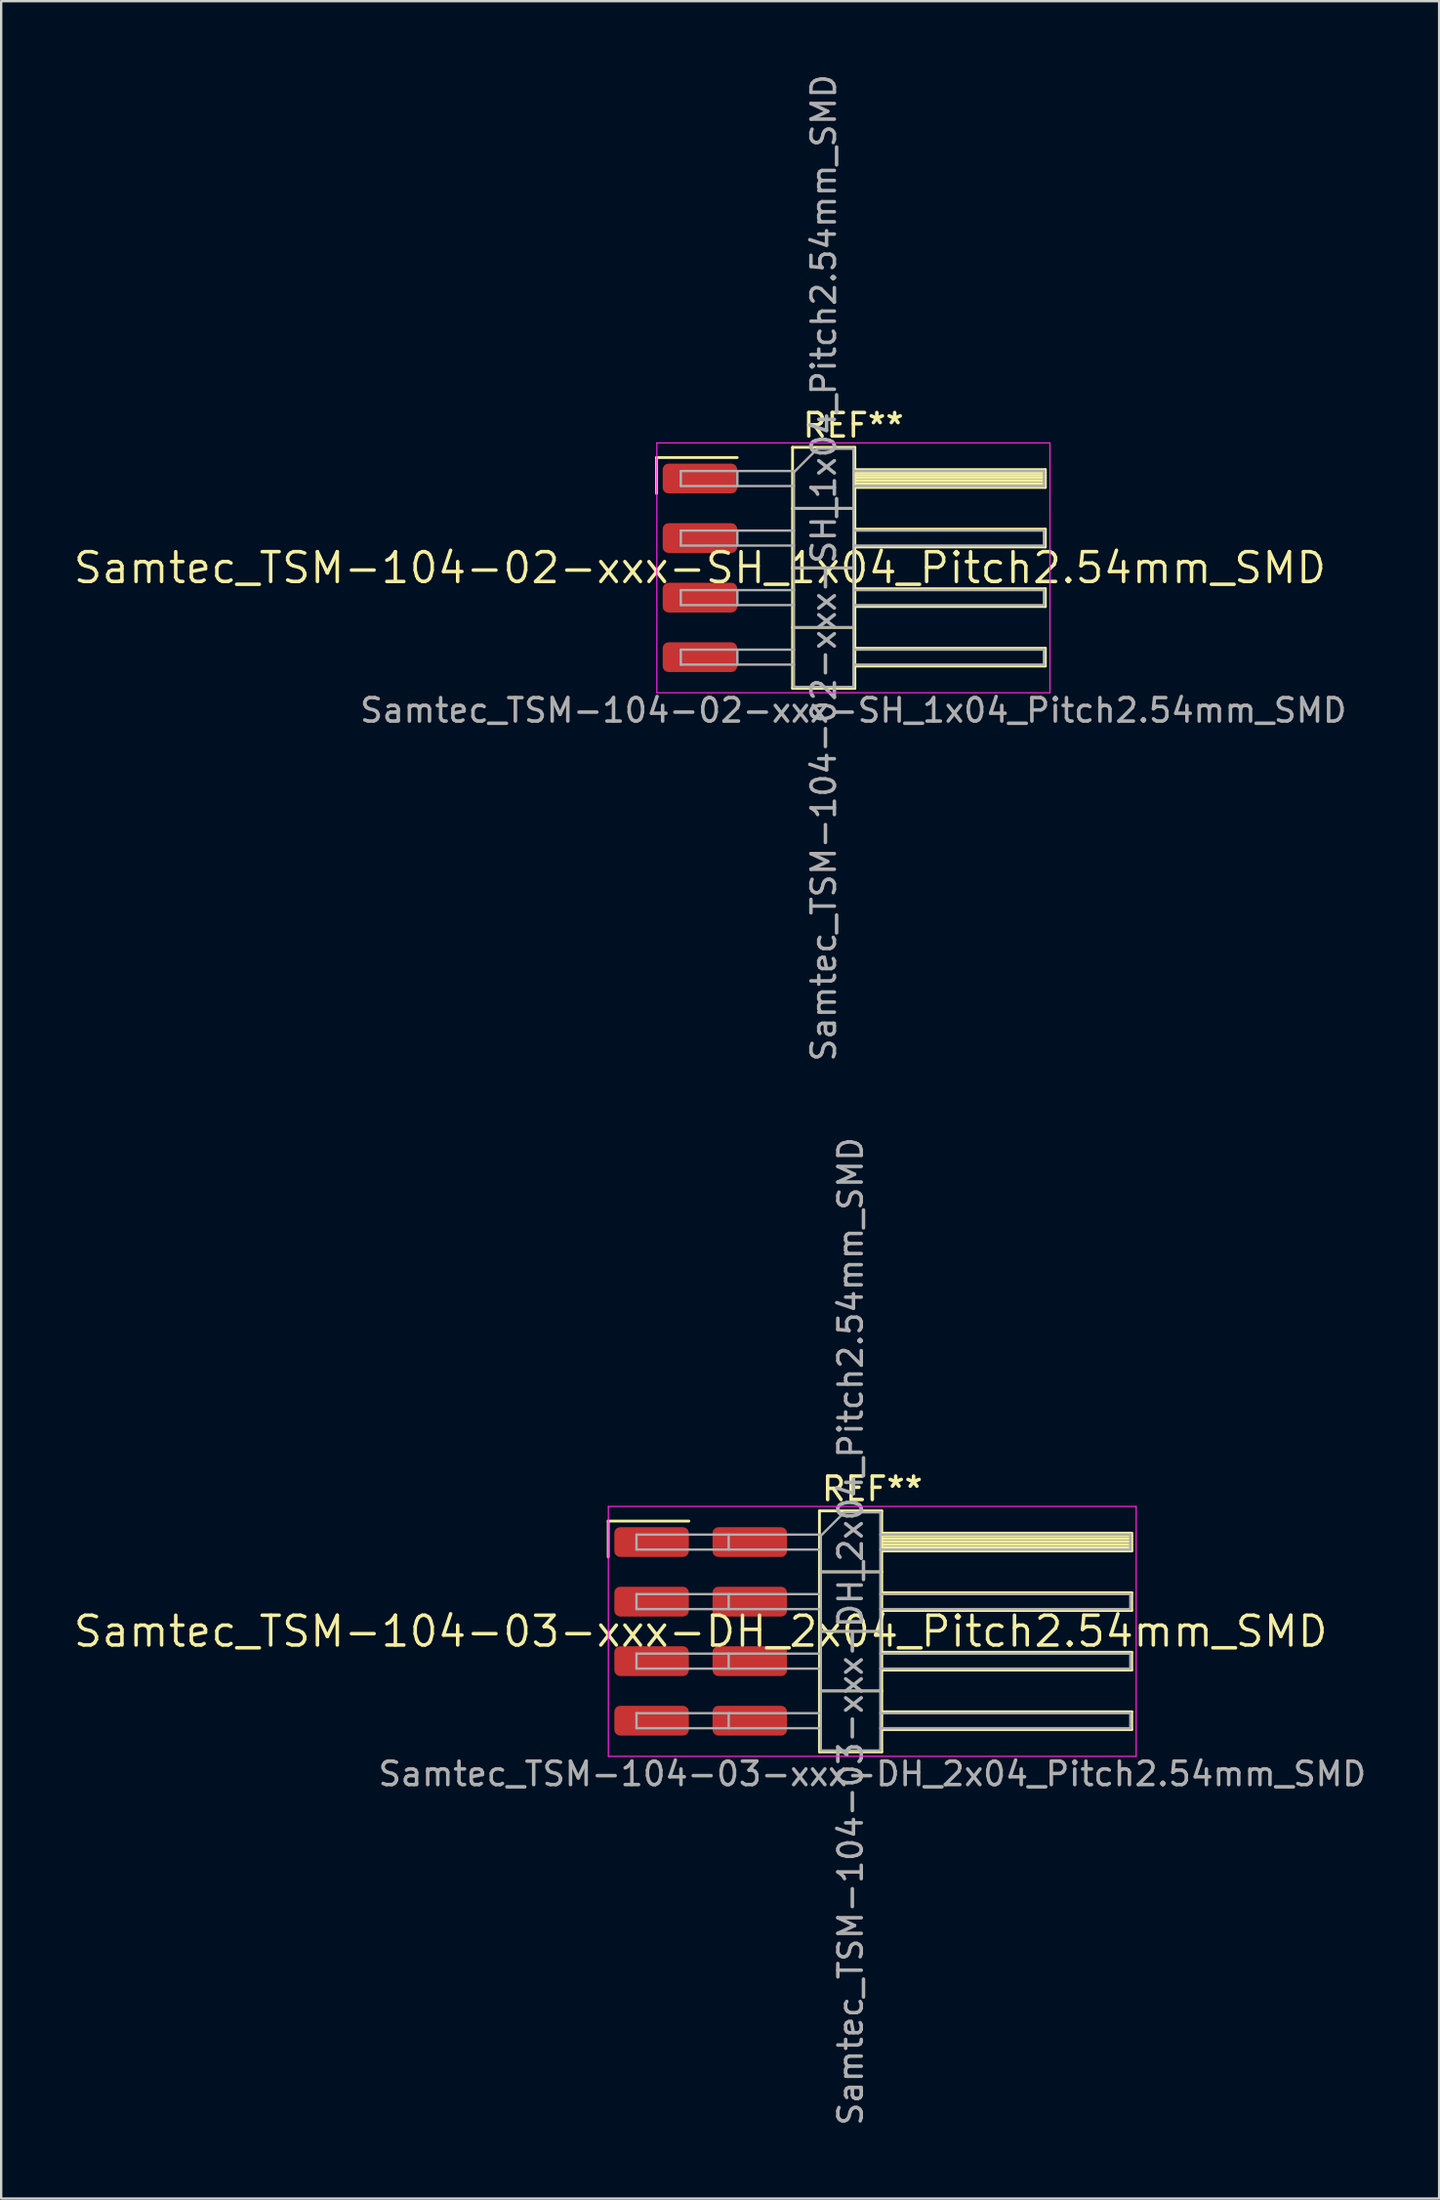
<source format=kicad_pcb>
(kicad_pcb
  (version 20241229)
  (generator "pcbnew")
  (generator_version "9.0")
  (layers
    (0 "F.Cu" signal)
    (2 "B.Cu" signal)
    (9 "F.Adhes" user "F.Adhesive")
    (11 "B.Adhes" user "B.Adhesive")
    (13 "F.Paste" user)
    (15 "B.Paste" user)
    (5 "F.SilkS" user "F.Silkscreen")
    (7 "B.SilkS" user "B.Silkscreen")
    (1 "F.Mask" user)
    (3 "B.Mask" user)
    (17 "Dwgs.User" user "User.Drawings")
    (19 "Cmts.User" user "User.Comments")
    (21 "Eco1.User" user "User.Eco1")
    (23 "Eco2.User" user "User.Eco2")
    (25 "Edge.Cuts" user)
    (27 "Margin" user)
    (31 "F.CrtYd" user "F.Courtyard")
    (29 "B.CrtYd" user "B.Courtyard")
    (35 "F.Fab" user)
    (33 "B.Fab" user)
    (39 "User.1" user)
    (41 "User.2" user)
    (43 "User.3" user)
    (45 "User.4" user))
  (footprint "Samtec_TSM-104-03-xxx-DH_2x04_Pitch2.54mm_SMD"
    (layer "F.Cu")
    (at 26.859 66.542)
    (property "Reference" "Samtec_TSM-104-03-xxx-DH_2x04_Pitch2.54mm_SMD" (at 0 0 0) (layer "F.SilkS") (effects (font (size 1.27 1.27) (thickness 0.15))))
    (attr smd)
    (fp_line (start -3.945 -4.705) (end -0.505 -4.705) (stroke (width 0.12) (type solid)) (layer "F.SilkS"))
    (fp_line (start -3.945 -3.175) (end -3.945 -4.705) (stroke (width 0.12) (type solid)) (layer "F.SilkS"))
    (fp_line (start 5.07 -5.14) (end 7.73 -5.14) (stroke (width 0.12) (type solid)) (layer "F.SilkS"))
    (fp_line (start 5.07 -2.54) (end 7.73 -2.54) (stroke (width 0.12) (type solid)) (layer "F.SilkS"))
    (fp_line (start 5.07 0) (end 7.73 0) (stroke (width 0.12) (type solid)) (layer "F.SilkS"))
    (fp_line (start 5.07 2.54) (end 7.73 2.54) (stroke (width 0.12) (type solid)) (layer "F.SilkS"))
    (fp_line (start 5.07 5.14) (end 5.07 -5.14) (stroke (width 0.12) (type solid)) (layer "F.SilkS"))
    (fp_line (start 7.73 -5.14) (end 7.73 5.14) (stroke (width 0.12) (type solid)) (layer "F.SilkS"))
    (fp_line (start 7.73 -4.19) (end 18.4 -4.19) (stroke (width 0.12) (type solid)) (layer "F.SilkS"))
    (fp_line (start 7.73 -4.07) (end 18.4 -4.07) (stroke (width 0.12) (type solid)) (layer "F.SilkS"))
    (fp_line (start 7.73 -3.95) (end 18.4 -3.95) (stroke (width 0.12) (type solid)) (layer "F.SilkS"))
    (fp_line (start 7.73 -3.83) (end 18.4 -3.83) (stroke (width 0.12) (type solid)) (layer "F.SilkS"))
    (fp_line (start 7.73 -3.71) (end 18.4 -3.71) (stroke (width 0.12) (type solid)) (layer "F.SilkS"))
    (fp_line (start 7.73 -3.59) (end 18.4 -3.59) (stroke (width 0.12) (type solid)) (layer "F.SilkS"))
    (fp_line (start 7.73 -3.47) (end 18.4 -3.47) (stroke (width 0.12) (type solid)) (layer "F.SilkS"))
    (fp_line (start 7.73 -3.43) (end 18.4 -3.43) (stroke (width 0.12) (type solid)) (layer "F.SilkS"))
    (fp_line (start 7.73 -1.65) (end 18.4 -1.65) (stroke (width 0.12) (type solid)) (layer "F.SilkS"))
    (fp_line (start 7.73 -0.89) (end 18.4 -0.89) (stroke (width 0.12) (type solid)) (layer "F.SilkS"))
    (fp_line (start 7.73 0.89) (end 18.4 0.89) (stroke (width 0.12) (type solid)) (layer "F.SilkS"))
    (fp_line (start 7.73 1.65) (end 18.4 1.65) (stroke (width 0.12) (type solid)) (layer "F.SilkS"))
    (fp_line (start 7.73 3.43) (end 18.4 3.43) (stroke (width 0.12) (type solid)) (layer "F.SilkS"))
    (fp_line (start 7.73 4.19) (end 18.4 4.19) (stroke (width 0.12) (type solid)) (layer "F.SilkS"))
    (fp_line (start 7.73 5.14) (end 5.07 5.14) (stroke (width 0.12) (type solid)) (layer "F.SilkS"))
    (fp_line (start 18.4 -4.19) (end 18.4 -3.43) (stroke (width 0.12) (type solid)) (layer "F.SilkS"))
    (fp_line (start 18.4 -1.65) (end 18.4 -0.89) (stroke (width 0.12) (type solid)) (layer "F.SilkS"))
    (fp_line (start 18.4 0.89) (end 18.4 1.65) (stroke (width 0.12) (type solid)) (layer "F.SilkS"))
    (fp_line (start 18.4 3.43) (end 18.4 4.19) (stroke (width 0.12) (type solid)) (layer "F.SilkS"))
    (fp_line (start -3.94 -5.33) (end 18.59 -5.33) (stroke (width 0.05) (type solid)) (layer "F.CrtYd"))
    (fp_line (start -3.94 5.33) (end -3.94 -5.33) (stroke (width 0.05) (type solid)) (layer "F.CrtYd"))
    (fp_line (start 18.59 -5.33) (end 18.59 5.33) (stroke (width 0.05) (type solid)) (layer "F.CrtYd"))
    (fp_line (start 18.59 5.33) (end -3.94 5.33) (stroke (width 0.05) (type solid)) (layer "F.CrtYd"))
    (fp_line (start -2.74 -4.13) (end -2.74 -3.49) (stroke (width 0.1) (type solid)) (layer "F.Fab"))
    (fp_line (start -2.74 -4.13) (end 5.13 -4.13) (stroke (width 0.1) (type solid)) (layer "F.Fab"))
    (fp_line (start -2.74 -3.49) (end 5.13 -3.49) (stroke (width 0.1) (type solid)) (layer "F.Fab"))
    (fp_line (start -2.74 -1.59) (end -2.74 -0.95) (stroke (width 0.1) (type solid)) (layer "F.Fab"))
    (fp_line (start -2.74 -1.59) (end 5.13 -1.59) (stroke (width 0.1) (type solid)) (layer "F.Fab"))
    (fp_line (start -2.74 -0.95) (end 5.13 -0.95) (stroke (width 0.1) (type solid)) (layer "F.Fab"))
    (fp_line (start -2.74 0.95) (end -2.74 1.59) (stroke (width 0.1) (type solid)) (layer "F.Fab"))
    (fp_line (start -2.74 0.95) (end 5.13 0.95) (stroke (width 0.1) (type solid)) (layer "F.Fab"))
    (fp_line (start -2.74 1.59) (end 5.13 1.59) (stroke (width 0.1) (type solid)) (layer "F.Fab"))
    (fp_line (start -2.74 3.49) (end -2.74 4.13) (stroke (width 0.1) (type solid)) (layer "F.Fab"))
    (fp_line (start -2.74 3.49) (end 5.13 3.49) (stroke (width 0.1) (type solid)) (layer "F.Fab"))
    (fp_line (start -2.74 4.13) (end 5.13 4.13) (stroke (width 0.1) (type solid)) (layer "F.Fab"))
    (fp_line (start 1.195 -4.13) (end 1.195 -3.49) (stroke (width 0.1) (type solid)) (layer "F.Fab"))
    (fp_line (start 1.195 -1.59) (end 1.195 -0.95) (stroke (width 0.1) (type solid)) (layer "F.Fab"))
    (fp_line (start 1.195 0.95) (end 1.195 1.59) (stroke (width 0.1) (type solid)) (layer "F.Fab"))
    (fp_line (start 1.195 3.49) (end 1.195 4.13) (stroke (width 0.1) (type solid)) (layer "F.Fab"))
    (fp_line (start 5.13 -4.08) (end 6.13 -5.08) (stroke (width 0.1) (type solid)) (layer "F.Fab"))
    (fp_line (start 5.13 -2.54) (end 7.67 -2.54) (stroke (width 0.1) (type solid)) (layer "F.Fab"))
    (fp_line (start 5.13 0) (end 7.67 0) (stroke (width 0.1) (type solid)) (layer "F.Fab"))
    (fp_line (start 5.13 2.54) (end 7.67 2.54) (stroke (width 0.1) (type solid)) (layer "F.Fab"))
    (fp_line (start 5.13 5.08) (end 5.13 -4.08) (stroke (width 0.1) (type solid)) (layer "F.Fab"))
    (fp_line (start 6.13 -5.08) (end 7.67 -5.08) (stroke (width 0.1) (type solid)) (layer "F.Fab"))
    (fp_line (start 7.67 -5.08) (end 7.67 5.08) (stroke (width 0.1) (type solid)) (layer "F.Fab"))
    (fp_line (start 7.67 -4.13) (end 18.34 -4.13) (stroke (width 0.1) (type solid)) (layer "F.Fab"))
    (fp_line (start 7.67 -3.49) (end 18.34 -3.49) (stroke (width 0.1) (type solid)) (layer "F.Fab"))
    (fp_line (start 7.67 -1.59) (end 18.34 -1.59) (stroke (width 0.1) (type solid)) (layer "F.Fab"))
    (fp_line (start 7.67 -0.95) (end 18.34 -0.95) (stroke (width 0.1) (type solid)) (layer "F.Fab"))
    (fp_line (start 7.67 0.95) (end 18.34 0.95) (stroke (width 0.1) (type solid)) (layer "F.Fab"))
    (fp_line (start 7.67 1.59) (end 18.34 1.59) (stroke (width 0.1) (type solid)) (layer "F.Fab"))
    (fp_line (start 7.67 3.49) (end 18.34 3.49) (stroke (width 0.1) (type solid)) (layer "F.Fab"))
    (fp_line (start 7.67 4.13) (end 18.34 4.13) (stroke (width 0.1) (type solid)) (layer "F.Fab"))
    (fp_line (start 7.67 5.08) (end 5.13 5.08) (stroke (width 0.1) (type solid)) (layer "F.Fab"))
    (fp_line (start 18.34 -4.13) (end 18.34 -3.49) (stroke (width 0.1) (type solid)) (layer "F.Fab"))
    (fp_line (start 18.34 -1.59) (end 18.34 -0.95) (stroke (width 0.1) (type solid)) (layer "F.Fab"))
    (fp_line (start 18.34 0.95) (end 18.34 1.59) (stroke (width 0.1) (type solid)) (layer "F.Fab"))
    (fp_line (start 18.34 3.49) (end 18.34 4.13) (stroke (width 0.1) (type solid)) (layer "F.Fab"))
    (fp_text user "REF**" (at 7.325 -6.08 0) (layer "F.SilkS") (effects (font (size 1 1) (thickness 0.15))))
    (fp_text user "${REFERENCE}" (at 6.4 0 90) (layer "F.Fab") (effects (font (size 1 1) (thickness 0.15))))
    (fp_text user "Samtec_TSM-104-03-xxx-DH_2x04_Pitch2.54mm_SMD" (at 7.325 6.08 0) (layer "F.Fab") (effects (font (size 1 1) (thickness 0.15))))
    (pad "1" smd roundrect (at -2.095 -3.81) (size 3.18 1.27) (layers "F.Cu" "F.Mask" "F.Paste") (roundrect_rratio 0.197))
    (pad "2" smd roundrect (at 2.095 -3.81) (size 3.18 1.27) (layers "F.Cu" "F.Mask" "F.Paste") (roundrect_rratio 0.197))
    (pad "3" smd roundrect (at -2.095 -1.27) (size 3.18 1.27) (layers "F.Cu" "F.Mask" "F.Paste") (roundrect_rratio 0.197))
    (pad "4" smd roundrect (at 2.095 -1.27) (size 3.18 1.27) (layers "F.Cu" "F.Mask" "F.Paste") (roundrect_rratio 0.197))
    (pad "5" smd roundrect (at -2.095 1.27) (size 3.18 1.27) (layers "F.Cu" "F.Mask" "F.Paste") (roundrect_rratio 0.197))
    (pad "6" smd roundrect (at 2.095 1.27) (size 3.18 1.27) (layers "F.Cu" "F.Mask" "F.Paste") (roundrect_rratio 0.197))
    (pad "7" smd roundrect (at -2.095 3.81) (size 3.18 1.27) (layers "F.Cu" "F.Mask" "F.Paste") (roundrect_rratio 0.197))
    (pad "8" smd roundrect (at 2.095 3.81) (size 3.18 1.27) (layers "F.Cu" "F.Mask" "F.Paste") (roundrect_rratio 0.197)))
  (footprint "Samtec_TSM-104-02-xxx-SH_1x04_Pitch2.54mm_SMD"
    (layer "F.Cu")
    (at 26.828 21.173)
    (property "Reference" "Samtec_TSM-104-02-xxx-SH_1x04_Pitch2.54mm_SMD" (at 0 0 0) (layer "F.SilkS") (effects (font (size 1.27 1.27) (thickness 0.15))))
    (attr smd)
    (fp_line (start -1.85 -4.705) (end 1.59 -4.705) (stroke (width 0.12) (type solid)) (layer "F.SilkS"))
    (fp_line (start -1.85 -3.175) (end -1.85 -4.705) (stroke (width 0.12) (type solid)) (layer "F.SilkS"))
    (fp_line (start 3.953 -5.14) (end 6.613 -5.14) (stroke (width 0.12) (type solid)) (layer "F.SilkS"))
    (fp_line (start 3.953 -2.54) (end 6.613 -2.54) (stroke (width 0.12) (type solid)) (layer "F.SilkS"))
    (fp_line (start 3.953 0) (end 6.613 0) (stroke (width 0.12) (type solid)) (layer "F.SilkS"))
    (fp_line (start 3.953 2.54) (end 6.613 2.54) (stroke (width 0.12) (type solid)) (layer "F.SilkS"))
    (fp_line (start 3.953 5.14) (end 3.953 -5.14) (stroke (width 0.12) (type solid)) (layer "F.SilkS"))
    (fp_line (start 6.613 -5.14) (end 6.613 5.14) (stroke (width 0.12) (type solid)) (layer "F.SilkS"))
    (fp_line (start 6.613 -4.19) (end 14.743 -4.19) (stroke (width 0.12) (type solid)) (layer "F.SilkS"))
    (fp_line (start 6.613 -4.07) (end 14.743 -4.07) (stroke (width 0.12) (type solid)) (layer "F.SilkS"))
    (fp_line (start 6.613 -3.95) (end 14.743 -3.95) (stroke (width 0.12) (type solid)) (layer "F.SilkS"))
    (fp_line (start 6.613 -3.83) (end 14.743 -3.83) (stroke (width 0.12) (type solid)) (layer "F.SilkS"))
    (fp_line (start 6.613 -3.71) (end 14.743 -3.71) (stroke (width 0.12) (type solid)) (layer "F.SilkS"))
    (fp_line (start 6.613 -3.59) (end 14.743 -3.59) (stroke (width 0.12) (type solid)) (layer "F.SilkS"))
    (fp_line (start 6.613 -3.47) (end 14.743 -3.47) (stroke (width 0.12) (type solid)) (layer "F.SilkS"))
    (fp_line (start 6.613 -3.43) (end 14.743 -3.43) (stroke (width 0.12) (type solid)) (layer "F.SilkS"))
    (fp_line (start 6.613 -1.65) (end 14.743 -1.65) (stroke (width 0.12) (type solid)) (layer "F.SilkS"))
    (fp_line (start 6.613 -0.89) (end 14.743 -0.89) (stroke (width 0.12) (type solid)) (layer "F.SilkS"))
    (fp_line (start 6.613 0.89) (end 14.743 0.89) (stroke (width 0.12) (type solid)) (layer "F.SilkS"))
    (fp_line (start 6.613 1.65) (end 14.743 1.65) (stroke (width 0.12) (type solid)) (layer "F.SilkS"))
    (fp_line (start 6.613 3.43) (end 14.743 3.43) (stroke (width 0.12) (type solid)) (layer "F.SilkS"))
    (fp_line (start 6.613 4.19) (end 14.743 4.19) (stroke (width 0.12) (type solid)) (layer "F.SilkS"))
    (fp_line (start 6.613 5.14) (end 3.953 5.14) (stroke (width 0.12) (type solid)) (layer "F.SilkS"))
    (fp_line (start 14.743 -4.19) (end 14.743 -3.43) (stroke (width 0.12) (type solid)) (layer "F.SilkS"))
    (fp_line (start 14.743 -1.65) (end 14.743 -0.89) (stroke (width 0.12) (type solid)) (layer "F.SilkS"))
    (fp_line (start 14.743 0.89) (end 14.743 1.65) (stroke (width 0.12) (type solid)) (layer "F.SilkS"))
    (fp_line (start 14.743 3.43) (end 14.743 4.19) (stroke (width 0.12) (type solid)) (layer "F.SilkS"))
    (fp_line (start -1.84 -5.33) (end 14.94 -5.33) (stroke (width 0.05) (type solid)) (layer "F.CrtYd"))
    (fp_line (start -1.84 5.33) (end -1.84 -5.33) (stroke (width 0.05) (type solid)) (layer "F.CrtYd"))
    (fp_line (start 14.94 -5.33) (end 14.94 5.33) (stroke (width 0.05) (type solid)) (layer "F.CrtYd"))
    (fp_line (start 14.94 5.33) (end -1.84 5.33) (stroke (width 0.05) (type solid)) (layer "F.CrtYd"))
    (fp_line (start -0.817 -4.13) (end -0.817 -3.49) (stroke (width 0.1) (type solid)) (layer "F.Fab"))
    (fp_line (start -0.817 -4.13) (end 4.013 -4.13) (stroke (width 0.1) (type solid)) (layer "F.Fab"))
    (fp_line (start -0.817 -3.49) (end 4.013 -3.49) (stroke (width 0.1) (type solid)) (layer "F.Fab"))
    (fp_line (start -0.817 -1.59) (end -0.817 -0.95) (stroke (width 0.1) (type solid)) (layer "F.Fab"))
    (fp_line (start -0.817 -1.59) (end 4.013 -1.59) (stroke (width 0.1) (type solid)) (layer "F.Fab"))
    (fp_line (start -0.817 -0.95) (end 4.013 -0.95) (stroke (width 0.1) (type solid)) (layer "F.Fab"))
    (fp_line (start -0.817 0.95) (end -0.817 1.59) (stroke (width 0.1) (type solid)) (layer "F.Fab"))
    (fp_line (start -0.817 0.95) (end 4.013 0.95) (stroke (width 0.1) (type solid)) (layer "F.Fab"))
    (fp_line (start -0.817 1.59) (end 4.013 1.59) (stroke (width 0.1) (type solid)) (layer "F.Fab"))
    (fp_line (start -0.817 3.49) (end -0.817 4.13) (stroke (width 0.1) (type solid)) (layer "F.Fab"))
    (fp_line (start -0.817 3.49) (end 4.013 3.49) (stroke (width 0.1) (type solid)) (layer "F.Fab"))
    (fp_line (start -0.817 4.13) (end 4.013 4.13) (stroke (width 0.1) (type solid)) (layer "F.Fab"))
    (fp_line (start 1.598 -4.13) (end 1.598 -3.49) (stroke (width 0.1) (type solid)) (layer "F.Fab"))
    (fp_line (start 1.598 -1.59) (end 1.598 -0.95) (stroke (width 0.1) (type solid)) (layer "F.Fab"))
    (fp_line (start 1.598 0.95) (end 1.598 1.59) (stroke (width 0.1) (type solid)) (layer "F.Fab"))
    (fp_line (start 1.598 3.49) (end 1.598 4.13) (stroke (width 0.1) (type solid)) (layer "F.Fab"))
    (fp_line (start 4.013 -4.08) (end 5.013 -5.08) (stroke (width 0.1) (type solid)) (layer "F.Fab"))
    (fp_line (start 4.013 -2.54) (end 6.553 -2.54) (stroke (width 0.1) (type solid)) (layer "F.Fab"))
    (fp_line (start 4.013 0) (end 6.553 0) (stroke (width 0.1) (type solid)) (layer "F.Fab"))
    (fp_line (start 4.013 2.54) (end 6.553 2.54) (stroke (width 0.1) (type solid)) (layer "F.Fab"))
    (fp_line (start 4.013 5.08) (end 4.013 -4.08) (stroke (width 0.1) (type solid)) (layer "F.Fab"))
    (fp_line (start 5.013 -5.08) (end 6.553 -5.08) (stroke (width 0.1) (type solid)) (layer "F.Fab"))
    (fp_line (start 6.553 -5.08) (end 6.553 5.08) (stroke (width 0.1) (type solid)) (layer "F.Fab"))
    (fp_line (start 6.553 -4.13) (end 14.683 -4.13) (stroke (width 0.1) (type solid)) (layer "F.Fab"))
    (fp_line (start 6.553 -3.49) (end 14.683 -3.49) (stroke (width 0.1) (type solid)) (layer "F.Fab"))
    (fp_line (start 6.553 -1.59) (end 14.683 -1.59) (stroke (width 0.1) (type solid)) (layer "F.Fab"))
    (fp_line (start 6.553 -0.95) (end 14.683 -0.95) (stroke (width 0.1) (type solid)) (layer "F.Fab"))
    (fp_line (start 6.553 0.95) (end 14.683 0.95) (stroke (width 0.1) (type solid)) (layer "F.Fab"))
    (fp_line (start 6.553 1.59) (end 14.683 1.59) (stroke (width 0.1) (type solid)) (layer "F.Fab"))
    (fp_line (start 6.553 3.49) (end 14.683 3.49) (stroke (width 0.1) (type solid)) (layer "F.Fab"))
    (fp_line (start 6.553 4.13) (end 14.683 4.13) (stroke (width 0.1) (type solid)) (layer "F.Fab"))
    (fp_line (start 6.553 5.08) (end 4.013 5.08) (stroke (width 0.1) (type solid)) (layer "F.Fab"))
    (fp_line (start 14.683 -4.13) (end 14.683 -3.49) (stroke (width 0.1) (type solid)) (layer "F.Fab"))
    (fp_line (start 14.683 -1.59) (end 14.683 -0.95) (stroke (width 0.1) (type solid)) (layer "F.Fab"))
    (fp_line (start 14.683 0.95) (end 14.683 1.59) (stroke (width 0.1) (type solid)) (layer "F.Fab"))
    (fp_line (start 14.683 3.49) (end 14.683 4.13) (stroke (width 0.1) (type solid)) (layer "F.Fab"))
    (fp_text user "REF**" (at 6.55 -6.08 0) (layer "F.SilkS") (effects (font (size 1 1) (thickness 0.15))))
    (fp_text user "Samtec_TSM-104-02-xxx-SH_1x04_Pitch2.54mm_SMD" (at 6.55 6.08 0) (layer "F.Fab") (effects (font (size 1 1) (thickness 0.15))))
    (fp_text user "${REFERENCE}" (at 5.283 0 90) (layer "F.Fab") (effects (font (size 1 1) (thickness 0.15))))
    (pad "1" smd roundrect (at 0 -3.81) (size 3.18 1.27) (layers "F.Cu" "F.Mask" "F.Paste") (roundrect_rratio 0.197))
    (pad "2" smd roundrect (at 0 -1.27) (size 3.18 1.27) (layers "F.Cu" "F.Mask" "F.Paste") (roundrect_rratio 0.197))
    (pad "3" smd roundrect (at 0 1.27) (size 3.18 1.27) (layers "F.Cu" "F.Mask" "F.Paste") (roundrect_rratio 0.197))
    (pad "4" smd roundrect (at 0 3.81) (size 3.18 1.27) (layers "F.Cu" "F.Mask" "F.Paste") (roundrect_rratio 0.197)))
  (gr_rect
    (start -3 -3)
    (end 58.38 90.738)
    (stroke (width 0.1) (type default))
    (fill no)
    (layer "Edge.Cuts")))
</source>
